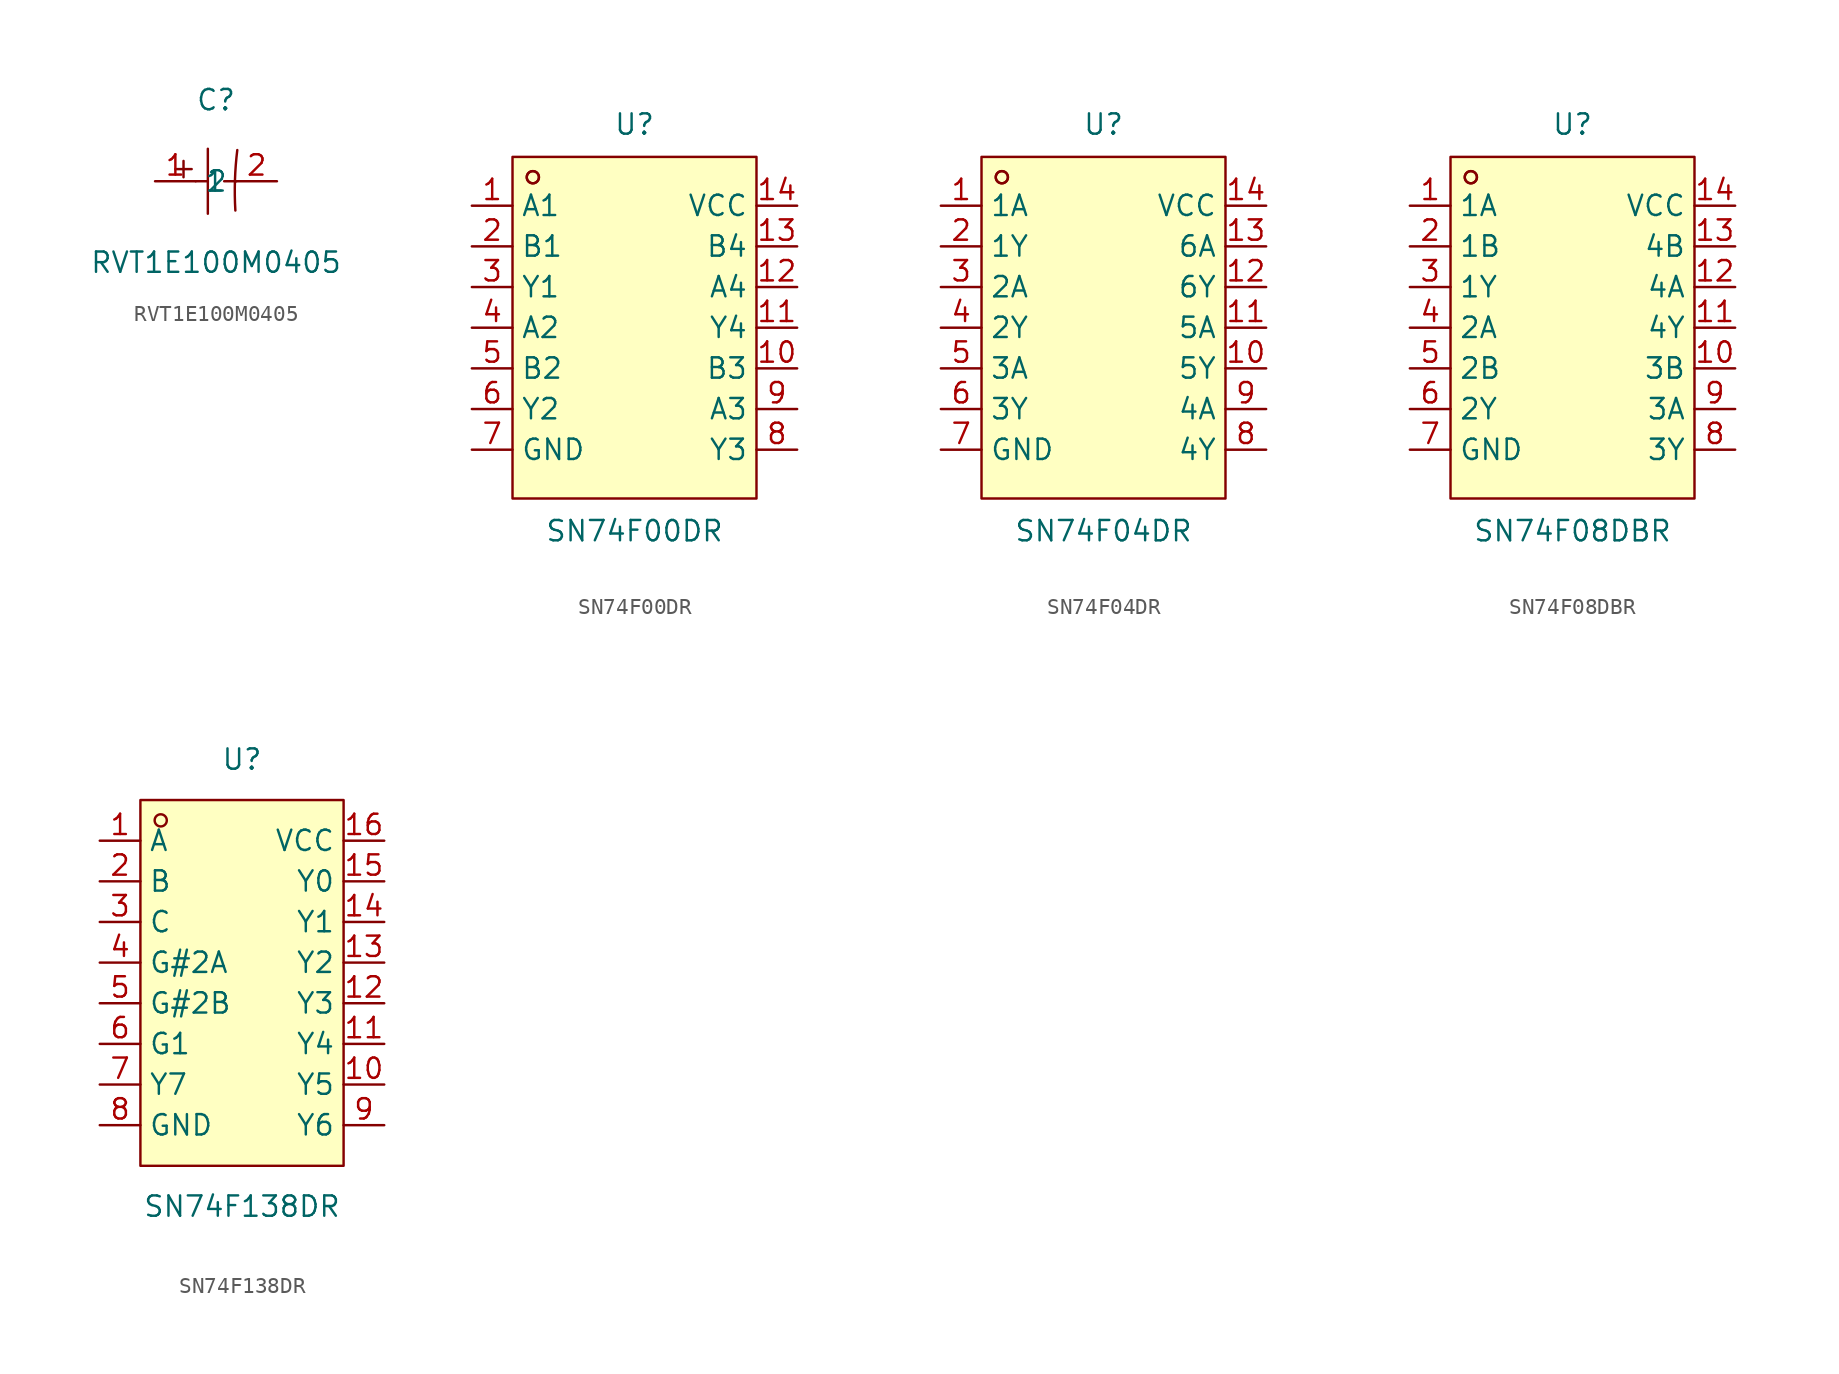
<source format=kicad_sym>
(kicad_symbol_lib
  (version 20211014)
  (generator https://github.com/uPesy/easyeda2kicad.py)
  (symbol "RVT1E100M0405"
    (property "Reference" "C"
      (at 0 5.08 0)
      (effects (font (size 1.27 1.27))))
    (property "Value" "RVT1E100M0405"
      (at 0 -5.08 0)
      (effects (font (size 1.27 1.27))))
    (symbol "RVT1E100M0405_0_1"
      (arc (start 1.33 1.95) (mid 1.22 -1.99) (end 1.21 -1.83) (stroke (width 0) (type default) (color 0 0 0 0)) (fill (type none)))
      (polyline (pts (xy -0.51 2.03) (xy -0.51 -2.03)) (stroke (width 0) (type default) (color 0 0 0 0)) (fill (type none)))
      (polyline (pts (xy -1.27 -0.00) (xy -0.51 -0.00)) (stroke (width 0) (type default) (color 0 0 0 0)) (fill (type none)))
      (polyline (pts (xy 0.51 -0.00) (xy 1.27 -0.00)) (stroke (width 0) (type default) (color 0 0 0 0)) (fill (type none)))
      (polyline (pts (xy -2.54 0.76) (xy -1.52 0.76)) (stroke (width 0) (type default) (color 0 0 0 0)) (fill (type none)))
      (polyline (pts (xy -2.03 1.27) (xy -2.03 0.25)) (stroke (width 0) (type default) (color 0 0 0 0)) (fill (type none)))
      (pin input line (at -3.81 -0.00 0) (length 2.54) (name "1" (effects (font (size 1.27 1.27)))) (number "1" (effects (font (size 1.27 1.27)))))
      (pin input line (at 3.81 -0.00 180) (length 2.54) (name "2" (effects (font (size 1.27 1.27)))) (number "2" (effects (font (size 1.27 1.27)))))))
  (symbol "SN74F00DR"
    (property "Reference" "U"
      (at 0 12.70 0)
      (effects (font (size 1.27 1.27))))
    (property "Value" "SN74F00DR"
      (at 0 -12.70 0)
      (effects (font (size 1.27 1.27))))
    (symbol "SN74F00DR_0_1"
      (rectangle (start -7.62 10.67) (end 7.62 -10.67) (stroke (width 0) (type default) (color 0 0 0 0)) (fill (type background)))
      (circle (center -6.35 9.40) (radius 0.38) (stroke (width 0) (type default) (color 0 0 0 0)) (fill (type none)))
      (circle (center -6.35 9.40) (radius 0.38) (stroke (width 0) (type default) (color 0 0 0 0)) (fill (type none)))
      (pin unspecified line (at -10.16 7.62 0) (length 2.54) (name "A1" (effects (font (size 1.27 1.27)))) (number "1" (effects (font (size 1.27 1.27)))))
      (pin unspecified line (at -10.16 5.08 0) (length 2.54) (name "B1" (effects (font (size 1.27 1.27)))) (number "2" (effects (font (size 1.27 1.27)))))
      (pin unspecified line (at -10.16 2.54 0) (length 2.54) (name "Y1" (effects (font (size 1.27 1.27)))) (number "3" (effects (font (size 1.27 1.27)))))
      (pin unspecified line (at -10.16 -0.00 0) (length 2.54) (name "A2" (effects (font (size 1.27 1.27)))) (number "4" (effects (font (size 1.27 1.27)))))
      (pin unspecified line (at -10.16 -2.54 0) (length 2.54) (name "B2" (effects (font (size 1.27 1.27)))) (number "5" (effects (font (size 1.27 1.27)))))
      (pin unspecified line (at -10.16 -5.08 0) (length 2.54) (name "Y2" (effects (font (size 1.27 1.27)))) (number "6" (effects (font (size 1.27 1.27)))))
      (pin unspecified line (at -10.16 -7.62 0) (length 2.54) (name "GND" (effects (font (size 1.27 1.27)))) (number "7" (effects (font (size 1.27 1.27)))))
      (pin unspecified line (at 10.16 -7.62 180) (length 2.54) (name "Y3" (effects (font (size 1.27 1.27)))) (number "8" (effects (font (size 1.27 1.27)))))
      (pin unspecified line (at 10.16 -5.08 180) (length 2.54) (name "A3" (effects (font (size 1.27 1.27)))) (number "9" (effects (font (size 1.27 1.27)))))
      (pin unspecified line (at 10.16 -2.54 180) (length 2.54) (name "B3" (effects (font (size 1.27 1.27)))) (number "10" (effects (font (size 1.27 1.27)))))
      (pin unspecified line (at 10.16 -0.00 180) (length 2.54) (name "Y4" (effects (font (size 1.27 1.27)))) (number "11" (effects (font (size 1.27 1.27)))))
      (pin unspecified line (at 10.16 2.54 180) (length 2.54) (name "A4" (effects (font (size 1.27 1.27)))) (number "12" (effects (font (size 1.27 1.27)))))
      (pin unspecified line (at 10.16 5.08 180) (length 2.54) (name "B4" (effects (font (size 1.27 1.27)))) (number "13" (effects (font (size 1.27 1.27)))))
      (pin unspecified line (at 10.16 7.62 180) (length 2.54) (name "VCC" (effects (font (size 1.27 1.27)))) (number "14" (effects (font (size 1.27 1.27)))))))
  (symbol "SN74F04DR"
    (property "Reference" "U"
      (at 0 12.70 0)
      (effects (font (size 1.27 1.27))))
    (property "Value" "SN74F04DR"
      (at 0 -12.70 0)
      (effects (font (size 1.27 1.27))))
    (symbol "SN74F04DR_0_1"
      (rectangle (start -7.62 10.67) (end 7.62 -10.67) (stroke (width 0) (type default) (color 0 0 0 0)) (fill (type background)))
      (circle (center -6.35 9.40) (radius 0.38) (stroke (width 0) (type default) (color 0 0 0 0)) (fill (type none)))
      (circle (center -6.35 9.40) (radius 0.38) (stroke (width 0) (type default) (color 0 0 0 0)) (fill (type none)))
      (pin unspecified line (at -10.16 7.62 0) (length 2.54) (name "1A" (effects (font (size 1.27 1.27)))) (number "1" (effects (font (size 1.27 1.27)))))
      (pin unspecified line (at -10.16 5.08 0) (length 2.54) (name "1Y" (effects (font (size 1.27 1.27)))) (number "2" (effects (font (size 1.27 1.27)))))
      (pin unspecified line (at -10.16 2.54 0) (length 2.54) (name "2A" (effects (font (size 1.27 1.27)))) (number "3" (effects (font (size 1.27 1.27)))))
      (pin unspecified line (at -10.16 -0.00 0) (length 2.54) (name "2Y" (effects (font (size 1.27 1.27)))) (number "4" (effects (font (size 1.27 1.27)))))
      (pin unspecified line (at -10.16 -2.54 0) (length 2.54) (name "3A" (effects (font (size 1.27 1.27)))) (number "5" (effects (font (size 1.27 1.27)))))
      (pin unspecified line (at -10.16 -5.08 0) (length 2.54) (name "3Y" (effects (font (size 1.27 1.27)))) (number "6" (effects (font (size 1.27 1.27)))))
      (pin unspecified line (at -10.16 -7.62 0) (length 2.54) (name "GND" (effects (font (size 1.27 1.27)))) (number "7" (effects (font (size 1.27 1.27)))))
      (pin unspecified line (at 10.16 -7.62 180) (length 2.54) (name "4Y" (effects (font (size 1.27 1.27)))) (number "8" (effects (font (size 1.27 1.27)))))
      (pin unspecified line (at 10.16 -5.08 180) (length 2.54) (name "4A" (effects (font (size 1.27 1.27)))) (number "9" (effects (font (size 1.27 1.27)))))
      (pin unspecified line (at 10.16 -2.54 180) (length 2.54) (name "5Y" (effects (font (size 1.27 1.27)))) (number "10" (effects (font (size 1.27 1.27)))))
      (pin unspecified line (at 10.16 -0.00 180) (length 2.54) (name "5A" (effects (font (size 1.27 1.27)))) (number "11" (effects (font (size 1.27 1.27)))))
      (pin unspecified line (at 10.16 2.54 180) (length 2.54) (name "6Y" (effects (font (size 1.27 1.27)))) (number "12" (effects (font (size 1.27 1.27)))))
      (pin unspecified line (at 10.16 5.08 180) (length 2.54) (name "6A" (effects (font (size 1.27 1.27)))) (number "13" (effects (font (size 1.27 1.27)))))
      (pin unspecified line (at 10.16 7.62 180) (length 2.54) (name "VCC" (effects (font (size 1.27 1.27)))) (number "14" (effects (font (size 1.27 1.27)))))))
  (symbol "SN74F08DBR"
    (property "Reference" "U"
      (at 0 12.70 0)
      (effects (font (size 1.27 1.27))))
    (property "Value" "SN74F08DBR"
      (at 0 -12.70 0)
      (effects (font (size 1.27 1.27))))
    (symbol "SN74F08DBR_0_1"
      (rectangle (start -7.62 10.67) (end 7.62 -10.67) (stroke (width 0) (type default) (color 0 0 0 0)) (fill (type background)))
      (circle (center -6.35 9.40) (radius 0.38) (stroke (width 0) (type default) (color 0 0 0 0)) (fill (type none)))
      (circle (center -6.35 9.40) (radius 0.38) (stroke (width 0) (type default) (color 0 0 0 0)) (fill (type none)))
      (pin unspecified line (at -10.16 7.62 0) (length 2.54) (name "1A" (effects (font (size 1.27 1.27)))) (number "1" (effects (font (size 1.27 1.27)))))
      (pin unspecified line (at -10.16 5.08 0) (length 2.54) (name "1B" (effects (font (size 1.27 1.27)))) (number "2" (effects (font (size 1.27 1.27)))))
      (pin unspecified line (at -10.16 2.54 0) (length 2.54) (name "1Y" (effects (font (size 1.27 1.27)))) (number "3" (effects (font (size 1.27 1.27)))))
      (pin unspecified line (at -10.16 -0.00 0) (length 2.54) (name "2A" (effects (font (size 1.27 1.27)))) (number "4" (effects (font (size 1.27 1.27)))))
      (pin unspecified line (at -10.16 -2.54 0) (length 2.54) (name "2B" (effects (font (size 1.27 1.27)))) (number "5" (effects (font (size 1.27 1.27)))))
      (pin unspecified line (at -10.16 -5.08 0) (length 2.54) (name "2Y" (effects (font (size 1.27 1.27)))) (number "6" (effects (font (size 1.27 1.27)))))
      (pin unspecified line (at -10.16 -7.62 0) (length 2.54) (name "GND" (effects (font (size 1.27 1.27)))) (number "7" (effects (font (size 1.27 1.27)))))
      (pin unspecified line (at 10.16 -7.62 180) (length 2.54) (name "3Y" (effects (font (size 1.27 1.27)))) (number "8" (effects (font (size 1.27 1.27)))))
      (pin unspecified line (at 10.16 -5.08 180) (length 2.54) (name "3A" (effects (font (size 1.27 1.27)))) (number "9" (effects (font (size 1.27 1.27)))))
      (pin unspecified line (at 10.16 -2.54 180) (length 2.54) (name "3B" (effects (font (size 1.27 1.27)))) (number "10" (effects (font (size 1.27 1.27)))))
      (pin unspecified line (at 10.16 -0.00 180) (length 2.54) (name "4Y" (effects (font (size 1.27 1.27)))) (number "11" (effects (font (size 1.27 1.27)))))
      (pin unspecified line (at 10.16 2.54 180) (length 2.54) (name "4A" (effects (font (size 1.27 1.27)))) (number "12" (effects (font (size 1.27 1.27)))))
      (pin unspecified line (at 10.16 5.08 180) (length 2.54) (name "4B" (effects (font (size 1.27 1.27)))) (number "13" (effects (font (size 1.27 1.27)))))
      (pin unspecified line (at 10.16 7.62 180) (length 2.54) (name "VCC" (effects (font (size 1.27 1.27)))) (number "14" (effects (font (size 1.27 1.27)))))))
  (symbol "SN74F138DR"
    (property "Reference" "U"
      (at 0 13.97 0)
      (effects (font (size 1.27 1.27))))
    (property "Value" "SN74F138DR"
      (at 0 -13.97 0)
      (effects (font (size 1.27 1.27))))
    (symbol "SN74F138DR_0_1"
      (rectangle (start -6.35 11.43) (end 6.35 -11.43) (stroke (width 0) (type default) (color 0 0 0 0)) (fill (type background)))
      (circle (center -5.08 10.16) (radius 0.38) (stroke (width 0) (type default) (color 0 0 0 0)) (fill (type none)))
      (pin unspecified line (at -8.89 8.89 0) (length 2.54) (name "A" (effects (font (size 1.27 1.27)))) (number "1" (effects (font (size 1.27 1.27)))))
      (pin unspecified line (at -8.89 6.35 0) (length 2.54) (name "B" (effects (font (size 1.27 1.27)))) (number "2" (effects (font (size 1.27 1.27)))))
      (pin unspecified line (at -8.89 3.81 0) (length 2.54) (name "C" (effects (font (size 1.27 1.27)))) (number "3" (effects (font (size 1.27 1.27)))))
      (pin unspecified line (at -8.89 1.27 0) (length 2.54) (name "G#2A" (effects (font (size 1.27 1.27)))) (number "4" (effects (font (size 1.27 1.27)))))
      (pin unspecified line (at -8.89 -1.27 0) (length 2.54) (name "G#2B" (effects (font (size 1.27 1.27)))) (number "5" (effects (font (size 1.27 1.27)))))
      (pin unspecified line (at -8.89 -3.81 0) (length 2.54) (name "G1" (effects (font (size 1.27 1.27)))) (number "6" (effects (font (size 1.27 1.27)))))
      (pin unspecified line (at -8.89 -6.35 0) (length 2.54) (name "Y7" (effects (font (size 1.27 1.27)))) (number "7" (effects (font (size 1.27 1.27)))))
      (pin unspecified line (at -8.89 -8.89 0) (length 2.54) (name "GND" (effects (font (size 1.27 1.27)))) (number "8" (effects (font (size 1.27 1.27)))))
      (pin unspecified line (at 8.89 -8.89 180) (length 2.54) (name "Y6" (effects (font (size 1.27 1.27)))) (number "9" (effects (font (size 1.27 1.27)))))
      (pin unspecified line (at 8.89 -6.35 180) (length 2.54) (name "Y5" (effects (font (size 1.27 1.27)))) (number "10" (effects (font (size 1.27 1.27)))))
      (pin unspecified line (at 8.89 -3.81 180) (length 2.54) (name "Y4" (effects (font (size 1.27 1.27)))) (number "11" (effects (font (size 1.27 1.27)))))
      (pin unspecified line (at 8.89 -1.27 180) (length 2.54) (name "Y3" (effects (font (size 1.27 1.27)))) (number "12" (effects (font (size 1.27 1.27)))))
      (pin unspecified line (at 8.89 1.27 180) (length 2.54) (name "Y2" (effects (font (size 1.27 1.27)))) (number "13" (effects (font (size 1.27 1.27)))))
      (pin unspecified line (at 8.89 3.81 180) (length 2.54) (name "Y1" (effects (font (size 1.27 1.27)))) (number "14" (effects (font (size 1.27 1.27)))))
      (pin unspecified line (at 8.89 6.35 180) (length 2.54) (name "Y0" (effects (font (size 1.27 1.27)))) (number "15" (effects (font (size 1.27 1.27)))))
      (pin unspecified line (at 8.89 8.89 180) (length 2.54) (name "VCC" (effects (font (size 1.27 1.27)))) (number "16" (effects (font (size 1.27 1.27))))))))
</source>
